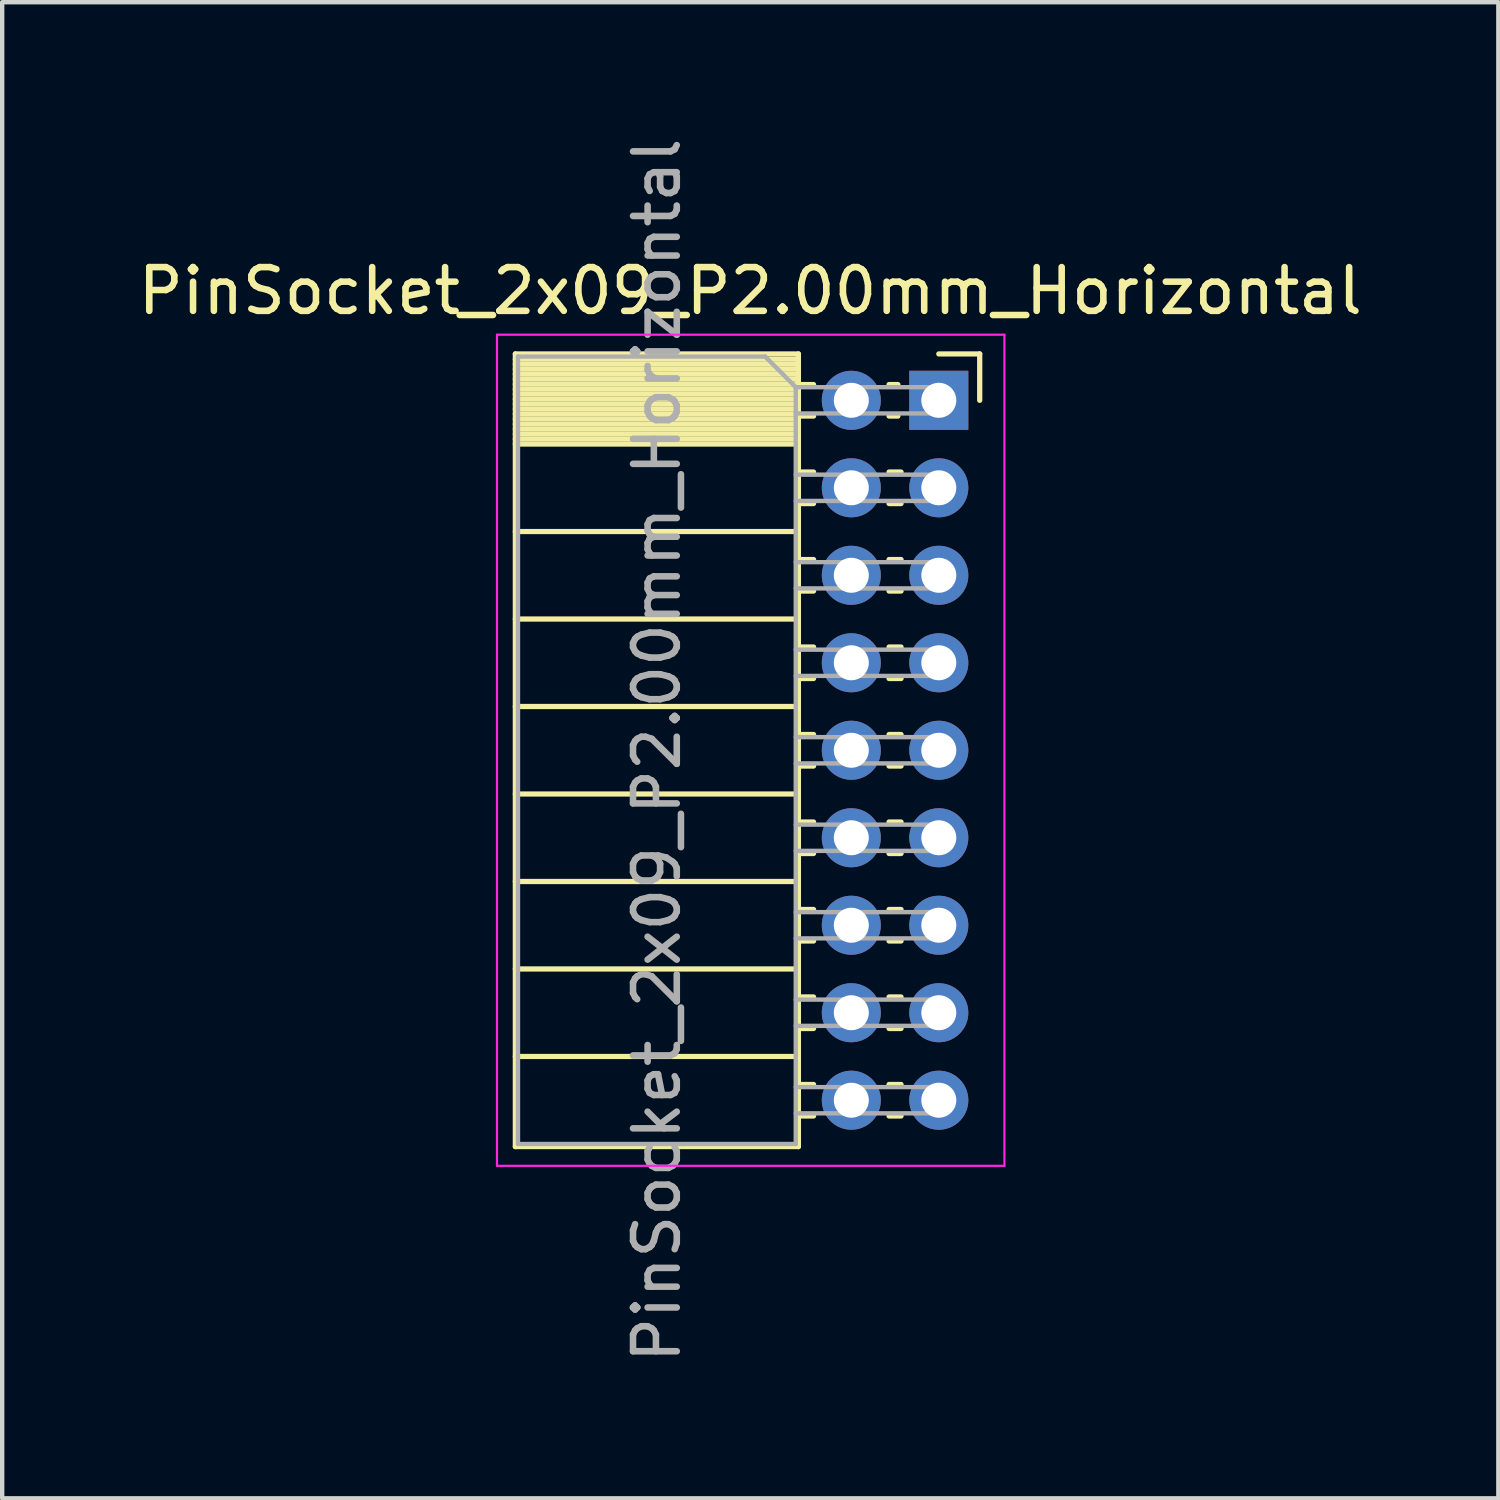
<source format=kicad_pcb>
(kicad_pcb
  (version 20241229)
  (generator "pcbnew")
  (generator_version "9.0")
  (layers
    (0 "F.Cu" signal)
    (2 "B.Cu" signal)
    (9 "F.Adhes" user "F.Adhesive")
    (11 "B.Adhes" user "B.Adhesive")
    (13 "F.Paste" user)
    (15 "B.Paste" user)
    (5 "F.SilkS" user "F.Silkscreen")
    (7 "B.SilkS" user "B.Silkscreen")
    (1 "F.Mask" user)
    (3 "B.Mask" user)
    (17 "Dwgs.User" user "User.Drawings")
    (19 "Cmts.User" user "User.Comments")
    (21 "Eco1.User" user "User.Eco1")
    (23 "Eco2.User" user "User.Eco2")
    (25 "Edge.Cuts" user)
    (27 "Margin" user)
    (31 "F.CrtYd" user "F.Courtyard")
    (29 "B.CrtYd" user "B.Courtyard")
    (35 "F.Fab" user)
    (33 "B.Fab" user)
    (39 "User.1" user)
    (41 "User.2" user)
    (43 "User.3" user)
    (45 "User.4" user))
  (footprint "PinSocket_2x09_P2.00mm_Horizontal"
    (layer "F.Cu")
    (at 18.411 6.101)
    (property "Reference" "PinSocket_2x09_P2.00mm_Horizontal" (at -4.31 -2.5 0) (layer "F.SilkS") (effects (font (size 1 1) (thickness 0.15))))
    (attr through_hole)
    (fp_line (start -9.68 -1.06) (end -9.68 17.06) (stroke (width 0.12) (type solid)) (layer "F.SilkS"))
    (fp_line (start -9.68 -1.06) (end -3.21 -1.06) (stroke (width 0.12) (type solid)) (layer "F.SilkS"))
    (fp_line (start -9.68 -0.94) (end -3.21 -0.94) (stroke (width 0.12) (type solid)) (layer "F.SilkS"))
    (fp_line (start -9.68 -0.826) (end -3.21 -0.826) (stroke (width 0.12) (type solid)) (layer "F.SilkS"))
    (fp_line (start -9.68 -0.712) (end -3.21 -0.712) (stroke (width 0.12) (type solid)) (layer "F.SilkS"))
    (fp_line (start -9.68 -0.598) (end -3.21 -0.598) (stroke (width 0.12) (type solid)) (layer "F.SilkS"))
    (fp_line (start -9.68 -0.484) (end -3.21 -0.484) (stroke (width 0.12) (type solid)) (layer "F.SilkS"))
    (fp_line (start -9.68 -0.369) (end -3.21 -0.369) (stroke (width 0.12) (type solid)) (layer "F.SilkS"))
    (fp_line (start -9.68 -0.255) (end -3.21 -0.255) (stroke (width 0.12) (type solid)) (layer "F.SilkS"))
    (fp_line (start -9.68 -0.141) (end -3.21 -0.141) (stroke (width 0.12) (type solid)) (layer "F.SilkS"))
    (fp_line (start -9.68 -0.027) (end -3.21 -0.027) (stroke (width 0.12) (type solid)) (layer "F.SilkS"))
    (fp_line (start -9.68 0.087) (end -3.21 0.087) (stroke (width 0.12) (type solid)) (layer "F.SilkS"))
    (fp_line (start -9.68 0.201) (end -3.21 0.201) (stroke (width 0.12) (type solid)) (layer "F.SilkS"))
    (fp_line (start -9.68 0.315) (end -3.21 0.315) (stroke (width 0.12) (type solid)) (layer "F.SilkS"))
    (fp_line (start -9.68 0.429) (end -3.21 0.429) (stroke (width 0.12) (type solid)) (layer "F.SilkS"))
    (fp_line (start -9.68 0.544) (end -3.21 0.544) (stroke (width 0.12) (type solid)) (layer "F.SilkS"))
    (fp_line (start -9.68 0.658) (end -3.21 0.658) (stroke (width 0.12) (type solid)) (layer "F.SilkS"))
    (fp_line (start -9.68 0.772) (end -3.21 0.772) (stroke (width 0.12) (type solid)) (layer "F.SilkS"))
    (fp_line (start -9.68 0.886) (end -3.21 0.886) (stroke (width 0.12) (type solid)) (layer "F.SilkS"))
    (fp_line (start -9.68 1) (end -3.21 1) (stroke (width 0.12) (type solid)) (layer "F.SilkS"))
    (fp_line (start -9.68 3) (end -3.21 3) (stroke (width 0.12) (type solid)) (layer "F.SilkS"))
    (fp_line (start -9.68 5) (end -3.21 5) (stroke (width 0.12) (type solid)) (layer "F.SilkS"))
    (fp_line (start -9.68 7) (end -3.21 7) (stroke (width 0.12) (type solid)) (layer "F.SilkS"))
    (fp_line (start -9.68 9) (end -3.21 9) (stroke (width 0.12) (type solid)) (layer "F.SilkS"))
    (fp_line (start -9.68 11) (end -3.21 11) (stroke (width 0.12) (type solid)) (layer "F.SilkS"))
    (fp_line (start -9.68 13) (end -3.21 13) (stroke (width 0.12) (type solid)) (layer "F.SilkS"))
    (fp_line (start -9.68 15) (end -3.21 15) (stroke (width 0.12) (type solid)) (layer "F.SilkS"))
    (fp_line (start -9.68 17.06) (end -3.21 17.06) (stroke (width 0.12) (type solid)) (layer "F.SilkS"))
    (fp_line (start -3.21 -1.06) (end -3.21 17.06) (stroke (width 0.12) (type solid)) (layer "F.SilkS"))
    (fp_line (start -3.21 -0.36) (end -2.863 -0.36) (stroke (width 0.12) (type solid)) (layer "F.SilkS"))
    (fp_line (start -3.21 0.36) (end -2.863 0.36) (stroke (width 0.12) (type solid)) (layer "F.SilkS"))
    (fp_line (start -3.21 1.64) (end -2.863 1.64) (stroke (width 0.12) (type solid)) (layer "F.SilkS"))
    (fp_line (start -3.21 2.36) (end -2.863 2.36) (stroke (width 0.12) (type solid)) (layer "F.SilkS"))
    (fp_line (start -3.21 3.64) (end -2.863 3.64) (stroke (width 0.12) (type solid)) (layer "F.SilkS"))
    (fp_line (start -3.21 4.36) (end -2.863 4.36) (stroke (width 0.12) (type solid)) (layer "F.SilkS"))
    (fp_line (start -3.21 5.64) (end -2.863 5.64) (stroke (width 0.12) (type solid)) (layer "F.SilkS"))
    (fp_line (start -3.21 6.36) (end -2.863 6.36) (stroke (width 0.12) (type solid)) (layer "F.SilkS"))
    (fp_line (start -3.21 7.64) (end -2.863 7.64) (stroke (width 0.12) (type solid)) (layer "F.SilkS"))
    (fp_line (start -3.21 8.36) (end -2.863 8.36) (stroke (width 0.12) (type solid)) (layer "F.SilkS"))
    (fp_line (start -3.21 9.64) (end -2.863 9.64) (stroke (width 0.12) (type solid)) (layer "F.SilkS"))
    (fp_line (start -3.21 10.36) (end -2.863 10.36) (stroke (width 0.12) (type solid)) (layer "F.SilkS"))
    (fp_line (start -3.21 11.64) (end -2.863 11.64) (stroke (width 0.12) (type solid)) (layer "F.SilkS"))
    (fp_line (start -3.21 12.36) (end -2.863 12.36) (stroke (width 0.12) (type solid)) (layer "F.SilkS"))
    (fp_line (start -3.21 13.64) (end -2.863 13.64) (stroke (width 0.12) (type solid)) (layer "F.SilkS"))
    (fp_line (start -3.21 14.36) (end -2.863 14.36) (stroke (width 0.12) (type solid)) (layer "F.SilkS"))
    (fp_line (start -3.21 15.64) (end -2.863 15.64) (stroke (width 0.12) (type solid)) (layer "F.SilkS"))
    (fp_line (start -3.21 16.36) (end -2.863 16.36) (stroke (width 0.12) (type solid)) (layer "F.SilkS"))
    (fp_line (start -1.137 -0.36) (end -0.935 -0.36) (stroke (width 0.12) (type solid)) (layer "F.SilkS"))
    (fp_line (start -1.137 0.36) (end -0.935 0.36) (stroke (width 0.12) (type solid)) (layer "F.SilkS"))
    (fp_line (start -1.137 1.64) (end -0.863 1.64) (stroke (width 0.12) (type solid)) (layer "F.SilkS"))
    (fp_line (start -1.137 2.36) (end -0.863 2.36) (stroke (width 0.12) (type solid)) (layer "F.SilkS"))
    (fp_line (start -1.137 3.64) (end -0.863 3.64) (stroke (width 0.12) (type solid)) (layer "F.SilkS"))
    (fp_line (start -1.137 4.36) (end -0.863 4.36) (stroke (width 0.12) (type solid)) (layer "F.SilkS"))
    (fp_line (start -1.137 5.64) (end -0.863 5.64) (stroke (width 0.12) (type solid)) (layer "F.SilkS"))
    (fp_line (start -1.137 6.36) (end -0.863 6.36) (stroke (width 0.12) (type solid)) (layer "F.SilkS"))
    (fp_line (start -1.137 7.64) (end -0.863 7.64) (stroke (width 0.12) (type solid)) (layer "F.SilkS"))
    (fp_line (start -1.137 8.36) (end -0.863 8.36) (stroke (width 0.12) (type solid)) (layer "F.SilkS"))
    (fp_line (start -1.137 9.64) (end -0.863 9.64) (stroke (width 0.12) (type solid)) (layer "F.SilkS"))
    (fp_line (start -1.137 10.36) (end -0.863 10.36) (stroke (width 0.12) (type solid)) (layer "F.SilkS"))
    (fp_line (start -1.137 11.64) (end -0.863 11.64) (stroke (width 0.12) (type solid)) (layer "F.SilkS"))
    (fp_line (start -1.137 12.36) (end -0.863 12.36) (stroke (width 0.12) (type solid)) (layer "F.SilkS"))
    (fp_line (start -1.137 13.64) (end -0.863 13.64) (stroke (width 0.12) (type solid)) (layer "F.SilkS"))
    (fp_line (start -1.137 14.36) (end -0.863 14.36) (stroke (width 0.12) (type solid)) (layer "F.SilkS"))
    (fp_line (start -1.137 15.64) (end -0.863 15.64) (stroke (width 0.12) (type solid)) (layer "F.SilkS"))
    (fp_line (start -1.137 16.36) (end -0.863 16.36) (stroke (width 0.12) (type solid)) (layer "F.SilkS"))
    (fp_line (start 0 -1.06) (end 0.935 -1.06) (stroke (width 0.12) (type solid)) (layer "F.SilkS"))
    (fp_line (start 0.935 -1.06) (end 0.935 0) (stroke (width 0.12) (type solid)) (layer "F.SilkS"))
    (fp_line (start -10.1 -1.5) (end -10.1 17.5) (stroke (width 0.05) (type solid)) (layer "F.CrtYd"))
    (fp_line (start -10.1 17.5) (end 1.5 17.5) (stroke (width 0.05) (type solid)) (layer "F.CrtYd"))
    (fp_line (start 1.5 -1.5) (end -10.1 -1.5) (stroke (width 0.05) (type solid)) (layer "F.CrtYd"))
    (fp_line (start 1.5 17.5) (end 1.5 -1.5) (stroke (width 0.05) (type solid)) (layer "F.CrtYd"))
    (fp_line (start -9.62 -1) (end -3.97 -1) (stroke (width 0.1) (type solid)) (layer "F.Fab"))
    (fp_line (start -9.62 17) (end -9.62 -1) (stroke (width 0.1) (type solid)) (layer "F.Fab"))
    (fp_line (start -3.97 -1) (end -3.27 -0.3) (stroke (width 0.1) (type solid)) (layer "F.Fab"))
    (fp_line (start -3.27 -0.3) (end -3.27 17) (stroke (width 0.1) (type solid)) (layer "F.Fab"))
    (fp_line (start -3.27 0.3) (end 0 0.3) (stroke (width 0.1) (type solid)) (layer "F.Fab"))
    (fp_line (start -3.27 2.3) (end 0 2.3) (stroke (width 0.1) (type solid)) (layer "F.Fab"))
    (fp_line (start -3.27 4.3) (end 0 4.3) (stroke (width 0.1) (type solid)) (layer "F.Fab"))
    (fp_line (start -3.27 6.3) (end 0 6.3) (stroke (width 0.1) (type solid)) (layer "F.Fab"))
    (fp_line (start -3.27 8.3) (end 0 8.3) (stroke (width 0.1) (type solid)) (layer "F.Fab"))
    (fp_line (start -3.27 10.3) (end 0 10.3) (stroke (width 0.1) (type solid)) (layer "F.Fab"))
    (fp_line (start -3.27 12.3) (end 0 12.3) (stroke (width 0.1) (type solid)) (layer "F.Fab"))
    (fp_line (start -3.27 14.3) (end 0 14.3) (stroke (width 0.1) (type solid)) (layer "F.Fab"))
    (fp_line (start -3.27 16.3) (end 0 16.3) (stroke (width 0.1) (type solid)) (layer "F.Fab"))
    (fp_line (start -3.27 17) (end -9.62 17) (stroke (width 0.1) (type solid)) (layer "F.Fab"))
    (fp_line (start 0 -0.3) (end -3.27 -0.3) (stroke (width 0.1) (type solid)) (layer "F.Fab"))
    (fp_line (start 0 0.3) (end 0 -0.3) (stroke (width 0.1) (type solid)) (layer "F.Fab"))
    (fp_line (start 0 1.7) (end -3.27 1.7) (stroke (width 0.1) (type solid)) (layer "F.Fab"))
    (fp_line (start 0 2.3) (end 0 1.7) (stroke (width 0.1) (type solid)) (layer "F.Fab"))
    (fp_line (start 0 3.7) (end -3.27 3.7) (stroke (width 0.1) (type solid)) (layer "F.Fab"))
    (fp_line (start 0 4.3) (end 0 3.7) (stroke (width 0.1) (type solid)) (layer "F.Fab"))
    (fp_line (start 0 5.7) (end -3.27 5.7) (stroke (width 0.1) (type solid)) (layer "F.Fab"))
    (fp_line (start 0 6.3) (end 0 5.7) (stroke (width 0.1) (type solid)) (layer "F.Fab"))
    (fp_line (start 0 7.7) (end -3.27 7.7) (stroke (width 0.1) (type solid)) (layer "F.Fab"))
    (fp_line (start 0 8.3) (end 0 7.7) (stroke (width 0.1) (type solid)) (layer "F.Fab"))
    (fp_line (start 0 9.7) (end -3.27 9.7) (stroke (width 0.1) (type solid)) (layer "F.Fab"))
    (fp_line (start 0 10.3) (end 0 9.7) (stroke (width 0.1) (type solid)) (layer "F.Fab"))
    (fp_line (start 0 11.7) (end -3.27 11.7) (stroke (width 0.1) (type solid)) (layer "F.Fab"))
    (fp_line (start 0 12.3) (end 0 11.7) (stroke (width 0.1) (type solid)) (layer "F.Fab"))
    (fp_line (start 0 13.7) (end -3.27 13.7) (stroke (width 0.1) (type solid)) (layer "F.Fab"))
    (fp_line (start 0 14.3) (end 0 13.7) (stroke (width 0.1) (type solid)) (layer "F.Fab"))
    (fp_line (start 0 15.7) (end -3.27 15.7) (stroke (width 0.1) (type solid)) (layer "F.Fab"))
    (fp_line (start 0 16.3) (end 0 15.7) (stroke (width 0.1) (type solid)) (layer "F.Fab"))
    (fp_text user "${REFERENCE}" (at -6.445 8 90) (layer "F.Fab") (effects (font (size 1 1) (thickness 0.15))))
    (pad "1" thru_hole rect (at 0 0) (size 1.35 1.35) (drill 0.8) (layers "*.Cu" "*.Mask"))
    (pad "2" thru_hole circle (at -2 0) (size 1.35 1.35) (drill 0.8) (layers "*.Cu" "*.Mask"))
    (pad "3" thru_hole circle (at 0 2) (size 1.35 1.35) (drill 0.8) (layers "*.Cu" "*.Mask"))
    (pad "4" thru_hole circle (at -2 2) (size 1.35 1.35) (drill 0.8) (layers "*.Cu" "*.Mask"))
    (pad "5" thru_hole circle (at 0 4) (size 1.35 1.35) (drill 0.8) (layers "*.Cu" "*.Mask"))
    (pad "6" thru_hole circle (at -2 4) (size 1.35 1.35) (drill 0.8) (layers "*.Cu" "*.Mask"))
    (pad "7" thru_hole circle (at 0 6) (size 1.35 1.35) (drill 0.8) (layers "*.Cu" "*.Mask"))
    (pad "8" thru_hole circle (at -2 6) (size 1.35 1.35) (drill 0.8) (layers "*.Cu" "*.Mask"))
    (pad "9" thru_hole circle (at 0 8) (size 1.35 1.35) (drill 0.8) (layers "*.Cu" "*.Mask"))
    (pad "10" thru_hole circle (at -2 8) (size 1.35 1.35) (drill 0.8) (layers "*.Cu" "*.Mask"))
    (pad "11" thru_hole circle (at 0 10) (size 1.35 1.35) (drill 0.8) (layers "*.Cu" "*.Mask"))
    (pad "12" thru_hole circle (at -2 10) (size 1.35 1.35) (drill 0.8) (layers "*.Cu" "*.Mask"))
    (pad "13" thru_hole circle (at 0 12) (size 1.35 1.35) (drill 0.8) (layers "*.Cu" "*.Mask"))
    (pad "14" thru_hole circle (at -2 12) (size 1.35 1.35) (drill 0.8) (layers "*.Cu" "*.Mask"))
    (pad "15" thru_hole circle (at 0 14) (size 1.35 1.35) (drill 0.8) (layers "*.Cu" "*.Mask"))
    (pad "16" thru_hole circle (at -2 14) (size 1.35 1.35) (drill 0.8) (layers "*.Cu" "*.Mask"))
    (pad "17" thru_hole circle (at 0 16) (size 1.35 1.35) (drill 0.8) (layers "*.Cu" "*.Mask"))
    (pad "18" thru_hole circle (at -2 16) (size 1.35 1.35) (drill 0.8) (layers "*.Cu" "*.Mask")))
  (gr_rect
    (start -3 -3)
    (end 31.202 31.202)
    (stroke (width 0.1) (type default))
    (fill no)
    (layer "Edge.Cuts")))
</source>
